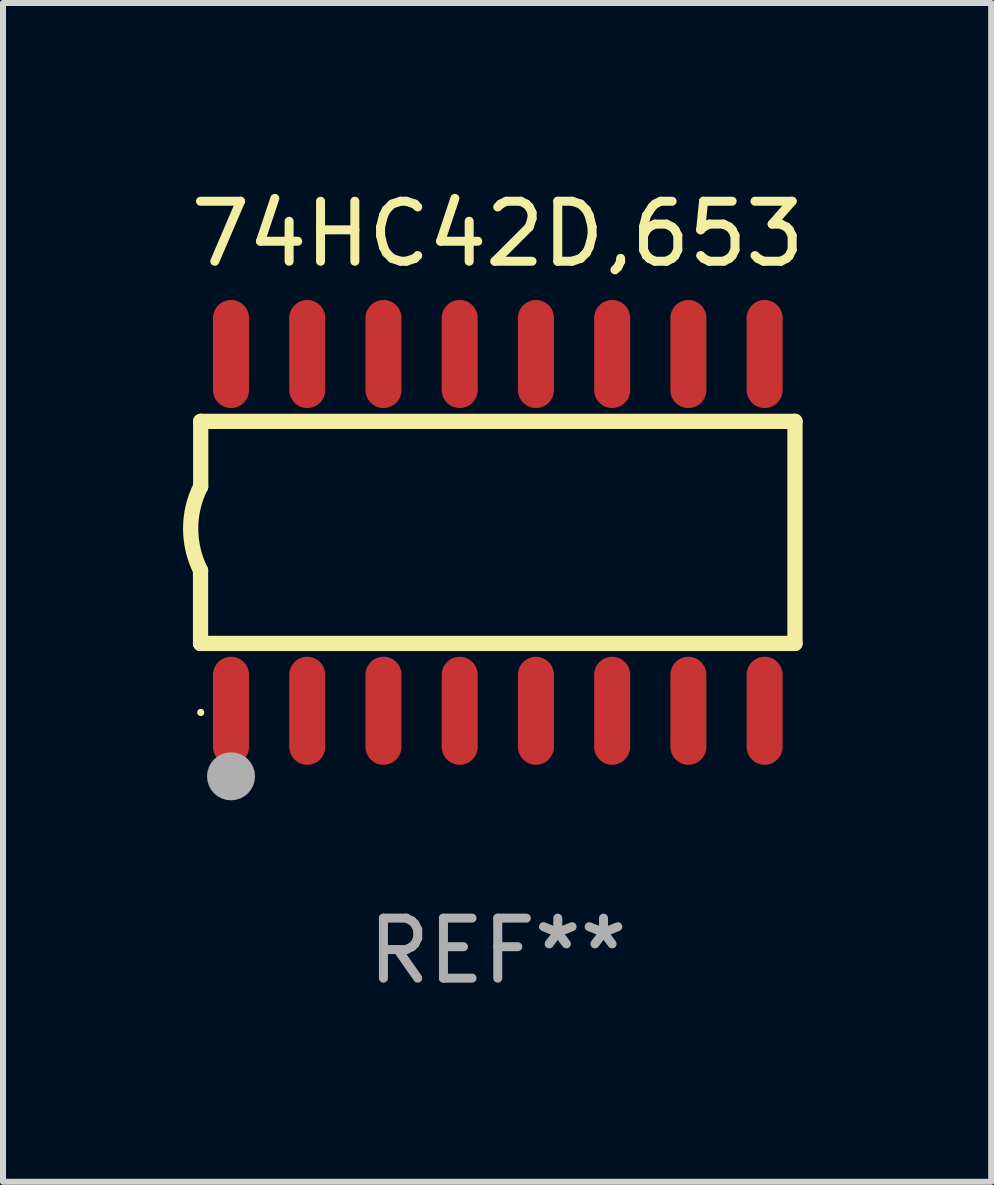
<source format=kicad_pcb>
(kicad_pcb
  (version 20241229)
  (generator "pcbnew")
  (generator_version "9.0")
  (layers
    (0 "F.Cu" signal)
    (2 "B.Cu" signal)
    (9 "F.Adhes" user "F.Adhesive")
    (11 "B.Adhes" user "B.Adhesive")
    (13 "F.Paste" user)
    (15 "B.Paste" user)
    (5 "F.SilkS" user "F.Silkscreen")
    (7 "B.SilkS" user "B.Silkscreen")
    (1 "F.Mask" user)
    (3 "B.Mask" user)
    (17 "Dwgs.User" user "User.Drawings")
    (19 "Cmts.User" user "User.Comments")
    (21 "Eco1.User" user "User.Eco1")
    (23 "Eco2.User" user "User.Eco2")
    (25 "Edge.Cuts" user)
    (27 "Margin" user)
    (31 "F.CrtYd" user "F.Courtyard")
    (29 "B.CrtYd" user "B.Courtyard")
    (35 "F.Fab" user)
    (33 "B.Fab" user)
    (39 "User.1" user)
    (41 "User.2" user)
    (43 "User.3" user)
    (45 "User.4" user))
  (footprint "74HC42D,653"
    (layer "F.Cu")
    (at 5.243 5.82)
    (property "Reference" "74HC42D,653" (at 0 -4.972 0) (layer "F.SilkS") (effects (font (size 1 1) (thickness 0.15))))
    (attr through_hole)
    (fp_line (start -4.952 0.635) (end -4.952 1.85) (stroke (width 0.254) (type solid)) (layer "F.SilkS"))
    (fp_line (start -4.952 1.85) (end -4.949 1.85) (stroke (width 0.254) (type solid)) (layer "F.SilkS"))
    (fp_line (start -4.949 -1.85) (end -4.949 -0.762) (stroke (width 0.254) (type solid)) (layer "F.SilkS"))
    (fp_line (start -4.949 1.85) (end 4.952 1.85) (stroke (width 0.254) (type solid)) (layer "F.SilkS"))
    (fp_line (start 4.952 -1.85) (end -4.949 -1.85) (stroke (width 0.254) (type solid)) (layer "F.SilkS"))
    (fp_line (start 4.952 1.85) (end 4.952 -1.85) (stroke (width 0.254) (type solid)) (layer "F.SilkS"))
    (fp_arc (start -4.951524 0.635001) (mid -5.116418 -0.0635) (end -4.951524 -0.762002) (stroke (width 0.254001) (type solid)) (layer "F.SilkS"))
    (fp_circle (center -4.949 3) (end -4.919 3) (stroke (width 0.06) (type solid)) (fill no) (layer "F.SilkS"))
    (fp_circle (center -4.444 4.064) (end -4.244 4.064) (stroke (width 0.4) (type solid)) (fill no) (layer "F.Fab"))
    (fp_text user "REF**" (at 0 6.972 0) (layer "F.Fab") (effects (font (size 1 1) (thickness 0.15))))
    (pad "1" smd oval (at -4.444 2.972 180) (size 0.6 1.8) (layers "F.Cu" "F.Mask" "F.Paste"))
    (pad "2" smd oval (at -3.174 2.972 180) (size 0.6 1.8) (layers "F.Cu" "F.Mask" "F.Paste"))
    (pad "3" smd oval (at -1.904 2.972 180) (size 0.6 1.8) (layers "F.Cu" "F.Mask" "F.Paste"))
    (pad "4" smd oval (at -0.634 2.972 180) (size 0.6 1.8) (layers "F.Cu" "F.Mask" "F.Paste"))
    (pad "5" smd oval (at 0.636 2.972 180) (size 0.6 1.8) (layers "F.Cu" "F.Mask" "F.Paste"))
    (pad "6" smd oval (at 1.906 2.972 180) (size 0.6 1.8) (layers "F.Cu" "F.Mask" "F.Paste"))
    (pad "7" smd oval (at 3.176 2.972 180) (size 0.6 1.8) (layers "F.Cu" "F.Mask" "F.Paste"))
    (pad "8" smd oval (at 4.446 2.972 180) (size 0.6 1.8) (layers "F.Cu" "F.Mask" "F.Paste"))
    (pad "9" smd oval (at 4.446 -2.972 180) (size 0.6 1.8) (layers "F.Cu" "F.Mask" "F.Paste"))
    (pad "10" smd oval (at 3.176 -2.972 180) (size 0.6 1.8) (layers "F.Cu" "F.Mask" "F.Paste"))
    (pad "11" smd oval (at 1.906 -2.972 180) (size 0.6 1.8) (layers "F.Cu" "F.Mask" "F.Paste"))
    (pad "12" smd oval (at 0.636 -2.972 180) (size 0.6 1.8) (layers "F.Cu" "F.Mask" "F.Paste"))
    (pad "13" smd oval (at -0.634 -2.972 180) (size 0.6 1.8) (layers "F.Cu" "F.Mask" "F.Paste"))
    (pad "14" smd oval (at -1.904 -2.972 180) (size 0.6 1.8) (layers "F.Cu" "F.Mask" "F.Paste"))
    (pad "15" smd oval (at -3.174 -2.972 180) (size 0.6 1.8) (layers "F.Cu" "F.Mask" "F.Paste"))
    (pad "16" smd oval (at -4.444 -2.972 180) (size 0.6 1.8) (layers "F.Cu" "F.Mask" "F.Paste")))
  (gr_rect
    (start -3 -3)
    (end 13.464 16.64)
    (stroke (width 0.1) (type default))
    (fill no)
    (layer "Edge.Cuts")))
</source>
